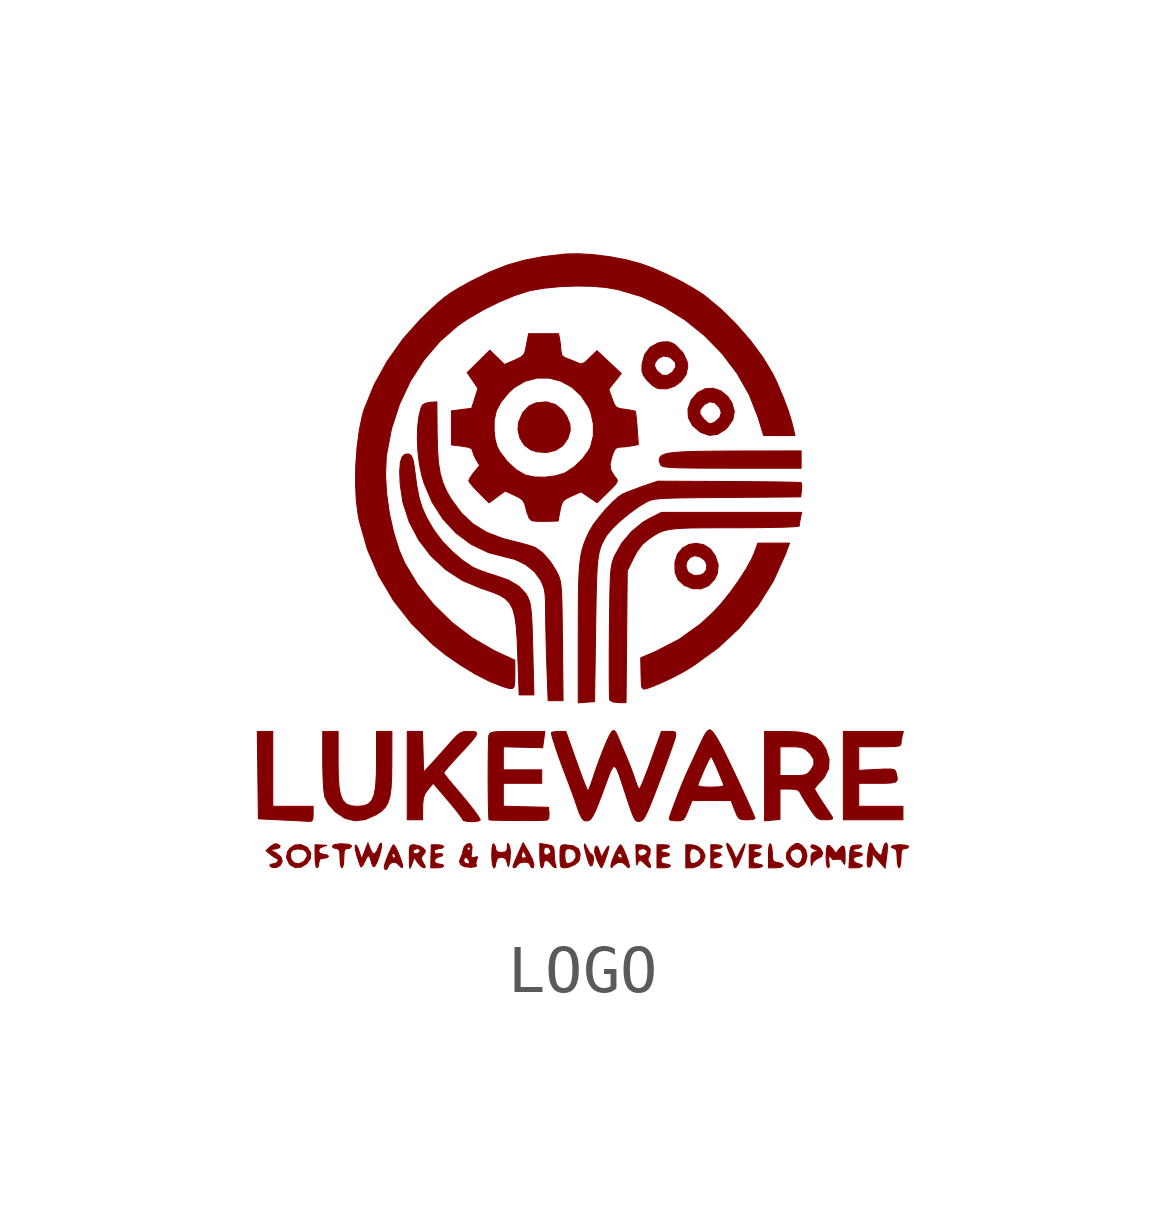
<source format=kicad_sym>
(kicad_symbol_lib
  (version 20231120)
  (generator "kicad_symbol_editor")
  (generator_version "8.0")
  (symbol "LOGO"
    (pin_names
      (offset 1.016))
    (property "Reference" "#G"
      (at 0 9.365 0)
      (effects (font (size 1.27 1.27)) (hide yes)))
    (symbol "LOGO_0_0"
      (polyline (pts (xy 0.364 -5.795) (xy 0.382 -5.756) (xy 0.398 -5.669) (xy 0.39 -5.593) (xy 0.36 -5.56) (xy 0.355 -5.559) (xy 0.311 -5.516) (xy 0.263 -5.43) (xy 0.233 -5.368) (xy 0.209 -5.343) (xy 0.207 -5.383) (xy 0.225 -5.481) (xy 0.264 -5.629) (xy 0.301 -5.742) (xy 0.336 -5.803) (xy 0.364 -5.795)) (stroke (width 0.01) (type default)) (fill (type outline)))
      (polyline (pts (xy 4.31 -5.826) (xy 4.353 -5.792) (xy 4.326 -5.754) (xy 4.227 -5.727) (xy 4.203 -5.724) (xy 4.148 -5.703) (xy 4.125 -5.65) (xy 4.12 -5.54) (xy 4.119 -5.493) (xy 4.104 -5.392) (xy 4.08 -5.34) (xy 4.061 -5.351) (xy 4.045 -5.431) (xy 4.04 -5.578) (xy 4.04 -5.84) (xy 4.203 -5.84) (xy 4.31 -5.826)) (stroke (width 0.01) (type default)) (fill (type outline)))
      (polyline (pts (xy -5.469 -4.866) (xy -5.445 -4.822) (xy -5.44 -4.72) (xy -5.44 -4.56) (xy -5.86 -4.56) (xy -6.28 -4.56) (xy -6.28 -3.78) (xy -6.28 -3) (xy -6.441 -3) (xy -6.602 -3) (xy -6.591 -3.91) (xy -6.58 -4.82) (xy -6.12 -4.842) (xy -5.956 -4.85) (xy -5.776 -4.859) (xy -5.634 -4.867) (xy -5.55 -4.872) (xy -5.528 -4.873) (xy -5.469 -4.866)) (stroke (width 0.01) (type default)) (fill (type outline)))
      (polyline (pts (xy -0.392 2.852) (xy -0.24 2.951) (xy -0.138 3.1) (xy -0.131 3.115) (xy -0.087 3.267) (xy -0.095 3.401) (xy -0.158 3.555) (xy -0.243 3.684) (xy -0.398 3.808) (xy -0.587 3.861) (xy -0.799 3.84) (xy -0.942 3.776) (xy -1.075 3.637) (xy -1.162 3.434) (xy -1.175 3.281) (xy -1.134 3.109) (xy -1.043 2.962) (xy -0.913 2.865) (xy -0.781 2.821) (xy -0.578 2.807) (xy -0.392 2.852)) (stroke (width 0.01) (type default)) (fill (type outline)))
      (polyline (pts (xy 0.568 -5.834) (xy 0.599 -5.776) (xy 0.638 -5.677) (xy 0.677 -5.563) (xy 0.707 -5.461) (xy 0.718 -5.395) (xy 0.715 -5.385) (xy 0.688 -5.406) (xy 0.641 -5.48) (xy 0.565 -5.62) (xy 0.517 -5.485) (xy 0.487 -5.412) (xy 0.46 -5.384) (xy 0.431 -5.417) (xy 0.427 -5.425) (xy 0.422 -5.518) (xy 0.467 -5.662) (xy 0.492 -5.721) (xy 0.535 -5.806) (xy 0.561 -5.84) (xy 0.568 -5.834)) (stroke (width 0.01) (type default)) (fill (type outline)))
      (polyline (pts (xy 4.948 -5.772) (xy 4.973 -5.715) (xy 5.039 -5.66) (xy 5.043 -5.659) (xy 5.145 -5.603) (xy 5.173 -5.528) (xy 5.123 -5.443) (xy 5.095 -5.418) (xy 5.014 -5.371) (xy 4.947 -5.361) (xy 4.92 -5.395) (xy 4.94 -5.424) (xy 5.01 -5.46) (xy 5.1 -5.49) (xy 5.01 -5.508) (xy 4.953 -5.53) (xy 4.928 -5.584) (xy 4.925 -5.693) (xy 4.928 -5.742) (xy 4.937 -5.792) (xy 4.948 -5.772)) (stroke (width 0.01) (type default)) (fill (type outline)))
      (polyline (pts (xy 3.369 -5.823) (xy 3.418 -5.742) (xy 3.475 -5.606) (xy 3.517 -5.485) (xy 3.55 -5.377) (xy 3.551 -5.339) (xy 3.522 -5.373) (xy 3.463 -5.479) (xy 3.369 -5.659) (xy 3.308 -5.514) (xy 3.28 -5.454) (xy 3.231 -5.373) (xy 3.19 -5.332) (xy 3.17 -5.339) (xy 3.181 -5.405) (xy 3.213 -5.494) (xy 3.265 -5.608) (xy 3.303 -5.699) (xy 3.32 -5.778) (xy 3.32 -5.789) (xy 3.335 -5.84) (xy 3.369 -5.823)) (stroke (width 0.01) (type default)) (fill (type outline)))
      (polyline (pts (xy -5.334 -5.815) (xy -5.32 -5.74) (xy -5.32 -5.721) (xy -5.296 -5.657) (xy -5.22 -5.64) (xy -5.154 -5.63) (xy -5.12 -5.6) (xy -5.145 -5.574) (xy -5.22 -5.56) (xy -5.222 -5.56) (xy -5.302 -5.536) (xy -5.326 -5.482) (xy -5.295 -5.425) (xy -5.21 -5.389) (xy -5.156 -5.378) (xy -5.165 -5.371) (xy -5.25 -5.366) (xy -5.4 -5.36) (xy -5.4 -5.6) (xy -5.396 -5.708) (xy -5.381 -5.803) (xy -5.36 -5.84) (xy -5.334 -5.815)) (stroke (width 0.01) (type default)) (fill (type outline)))
      (polyline (pts (xy 6.774 -5.827) (xy 6.793 -5.754) (xy 6.8 -5.64) (xy 6.8 -5.594) (xy 6.808 -5.495) (xy 6.832 -5.45) (xy 6.88 -5.44) (xy 6.926 -5.432) (xy 6.96 -5.4) (xy 6.952 -5.388) (xy 6.887 -5.368) (xy 6.78 -5.36) (xy 6.726 -5.362) (xy 6.636 -5.376) (xy 6.6 -5.4) (xy 6.607 -5.418) (xy 6.66 -5.44) (xy 6.691 -5.453) (xy 6.713 -5.514) (xy 6.72 -5.64) (xy 6.723 -5.712) (xy 6.737 -5.804) (xy 6.76 -5.84) (xy 6.774 -5.827)) (stroke (width 0.01) (type default)) (fill (type outline)))
      (polyline (pts (xy -6.128 -5.792) (xy -6.082 -5.704) (xy -6.11 -5.613) (xy -6.21 -5.532) (xy -6.34 -5.461) (xy -6.23 -5.448) (xy -6.225 -5.447) (xy -6.14 -5.422) (xy -6.126 -5.383) (xy -6.187 -5.343) (xy -6.248 -5.342) (xy -6.337 -5.401) (xy -6.42 -5.485) (xy -6.33 -5.559) (xy -6.256 -5.614) (xy -6.192 -5.649) (xy -6.172 -5.661) (xy -6.169 -5.701) (xy -6.213 -5.742) (xy -6.285 -5.76) (xy -6.328 -5.768) (xy -6.34 -5.8) (xy -6.293 -5.832) (xy -6.207 -5.834) (xy -6.128 -5.792)) (stroke (width 0.01) (type default)) (fill (type outline)))
      (polyline (pts (xy -4.826 -5.827) (xy -4.807 -5.754) (xy -4.8 -5.64) (xy -4.8 -5.594) (xy -4.792 -5.495) (xy -4.768 -5.45) (xy -4.72 -5.44) (xy -4.673 -5.431) (xy -4.64 -5.39) (xy -4.643 -5.379) (xy -4.703 -5.35) (xy -4.84 -5.34) (xy -4.885 -5.341) (xy -5.001 -5.356) (xy -5.04 -5.39) (xy -5.025 -5.419) (xy -4.96 -5.44) (xy -4.941 -5.441) (xy -4.902 -5.46) (xy -4.884 -5.52) (xy -4.88 -5.64) (xy -4.877 -5.712) (xy -4.863 -5.804) (xy -4.84 -5.84) (xy -4.826 -5.827)) (stroke (width 0.01) (type default)) (fill (type outline)))
      (polyline (pts (xy 4.72 2.66) (xy 4.72 2.84) (xy 3.39 2.838) (xy 3.226 2.837) (xy 2.851 2.835) (xy 2.546 2.83) (xy 2.304 2.823) (xy 2.117 2.811) (xy 1.979 2.795) (xy 1.882 2.773) (xy 1.819 2.745) (xy 1.784 2.711) (xy 1.767 2.668) (xy 1.767 2.624) (xy 1.802 2.538) (xy 1.811 2.53) (xy 1.847 2.516) (xy 1.909 2.504) (xy 2.007 2.496) (xy 2.147 2.489) (xy 2.338 2.485) (xy 2.586 2.482) (xy 2.899 2.481) (xy 3.285 2.48) (xy 4.72 2.48) (xy 4.72 2.66)) (stroke (width 0.01) (type default)) (fill (type outline)))
      (polyline (pts (xy -2.841 -5.84) (xy -2.755 -5.827) (xy -2.72 -5.8) (xy -2.746 -5.773) (xy -2.823 -5.76) (xy -2.889 -5.743) (xy -2.916 -5.695) (xy -2.888 -5.641) (xy -2.809 -5.607) (xy -2.756 -5.591) (xy -2.74 -5.561) (xy -2.767 -5.545) (xy -2.84 -5.548) (xy -2.896 -5.551) (xy -2.92 -5.505) (xy -2.902 -5.462) (xy -2.82 -5.44) (xy -2.754 -5.43) (xy -2.72 -5.4) (xy -2.72 -5.397) (xy -2.762 -5.371) (xy -2.85 -5.36) (xy -2.98 -5.361) (xy -2.986 -5.6) (xy -2.991 -5.84) (xy -2.856 -5.84) (xy -2.841 -5.84)) (stroke (width 0.01) (type default)) (fill (type outline)))
      (polyline (pts (xy 1.878 -5.84) (xy 1.965 -5.826) (xy 2 -5.8) (xy 1.975 -5.774) (xy 1.9 -5.76) (xy 1.823 -5.743) (xy 1.8 -5.68) (xy 1.823 -5.618) (xy 1.902 -5.6) (xy 1.966 -5.59) (xy 1.98 -5.56) (xy 1.954 -5.538) (xy 1.878 -5.52) (xy 1.833 -5.513) (xy 1.8 -5.48) (xy 1.814 -5.457) (xy 1.878 -5.44) (xy 1.923 -5.434) (xy 1.98 -5.4) (xy 1.982 -5.394) (xy 1.953 -5.369) (xy 1.862 -5.36) (xy 1.72 -5.36) (xy 1.72 -5.6) (xy 1.72 -5.84) (xy 1.86 -5.84) (xy 1.878 -5.84)) (stroke (width 0.01) (type default)) (fill (type outline)))
      (polyline (pts (xy 2.474 -5.838) (xy 2.594 -5.792) (xy 2.684 -5.706) (xy 2.72 -5.6) (xy 2.717 -5.571) (xy 2.664 -5.468) (xy 2.563 -5.391) (xy 2.44 -5.36) (xy 2.32 -5.36) (xy 2.32 -5.6) (xy 2.4 -5.6) (xy 2.403 -5.52) (xy 2.424 -5.457) (xy 2.472 -5.44) (xy 2.501 -5.442) (xy 2.588 -5.485) (xy 2.633 -5.563) (xy 2.627 -5.649) (xy 2.563 -5.718) (xy 2.528 -5.736) (xy 2.449 -5.755) (xy 2.41 -5.713) (xy 2.4 -5.6) (xy 2.32 -5.6) (xy 2.32 -5.84) (xy 2.44 -5.84) (xy 2.474 -5.838)) (stroke (width 0.01) (type default)) (fill (type outline)))
      (polyline (pts (xy 2.961 -5.84) (xy 3.045 -5.828) (xy 3.08 -5.8) (xy 3.054 -5.773) (xy 2.977 -5.76) (xy 2.911 -5.743) (xy 2.884 -5.695) (xy 2.912 -5.641) (xy 2.991 -5.607) (xy 3.017 -5.601) (xy 3.058 -5.571) (xy 3.035 -5.536) (xy 2.958 -5.52) (xy 2.913 -5.513) (xy 2.88 -5.48) (xy 2.905 -5.454) (xy 2.98 -5.44) (xy 3.046 -5.43) (xy 3.08 -5.4) (xy 3.08 -5.399) (xy 3.044 -5.372) (xy 2.96 -5.36) (xy 2.84 -5.36) (xy 2.84 -5.6) (xy 2.84 -5.84) (xy 2.96 -5.84) (xy 2.961 -5.84)) (stroke (width 0.01) (type default)) (fill (type outline)))
      (polyline (pts (xy 3.798 -5.84) (xy 3.885 -5.826) (xy 3.92 -5.8) (xy 3.895 -5.774) (xy 3.82 -5.76) (xy 3.743 -5.743) (xy 3.72 -5.68) (xy 3.733 -5.628) (xy 3.8 -5.6) (xy 3.846 -5.592) (xy 3.88 -5.56) (xy 3.865 -5.537) (xy 3.8 -5.52) (xy 3.753 -5.512) (xy 3.72 -5.48) (xy 3.734 -5.457) (xy 3.798 -5.44) (xy 3.844 -5.434) (xy 3.9 -5.4) (xy 3.902 -5.394) (xy 3.873 -5.369) (xy 3.782 -5.36) (xy 3.64 -5.36) (xy 3.64 -5.6) (xy 3.64 -5.84) (xy 3.78 -5.84) (xy 3.798 -5.84)) (stroke (width 0.01) (type default)) (fill (type outline)))
      (polyline (pts (xy 5.938 -5.833) (xy 5.994 -5.808) (xy 5.987 -5.777) (xy 5.91 -5.753) (xy 5.841 -5.727) (xy 5.805 -5.674) (xy 5.823 -5.623) (xy 5.897 -5.6) (xy 5.966 -5.59) (xy 6 -5.56) (xy 5.975 -5.534) (xy 5.9 -5.52) (xy 5.834 -5.51) (xy 5.8 -5.48) (xy 5.814 -5.457) (xy 5.878 -5.44) (xy 5.924 -5.433) (xy 5.982 -5.397) (xy 5.983 -5.394) (xy 5.965 -5.368) (xy 5.874 -5.367) (xy 5.861 -5.368) (xy 5.791 -5.38) (xy 5.754 -5.411) (xy 5.737 -5.481) (xy 5.728 -5.61) (xy 5.716 -5.84) (xy 5.858 -5.84) (xy 5.938 -5.833)) (stroke (width 0.01) (type default)) (fill (type outline)))
      (polyline (pts (xy -5.692 -5.825) (xy -5.573 -5.753) (xy -5.497 -5.645) (xy -5.49 -5.528) (xy -5.559 -5.421) (xy -5.572 -5.41) (xy -5.694 -5.356) (xy -5.822 -5.366) (xy -5.928 -5.439) (xy -5.975 -5.511) (xy -5.982 -5.552) (xy -5.913 -5.552) (xy -5.906 -5.521) (xy -5.863 -5.469) (xy -5.764 -5.447) (xy -5.647 -5.459) (xy -5.574 -5.515) (xy -5.563 -5.6) (xy -5.623 -5.697) (xy -5.637 -5.71) (xy -5.738 -5.757) (xy -5.833 -5.738) (xy -5.899 -5.666) (xy -5.913 -5.552) (xy -5.982 -5.552) (xy -5.994 -5.627) (xy -5.938 -5.751) (xy -5.917 -5.776) (xy -5.815 -5.833) (xy -5.692 -5.825)) (stroke (width 0.01) (type default)) (fill (type outline)))
      (polyline (pts (xy 4.767 -5.774) (xy 4.812 -5.715) (xy 4.842 -5.593) (xy 4.817 -5.469) (xy 4.738 -5.375) (xy 4.664 -5.333) (xy 4.606 -5.336) (xy 4.528 -5.388) (xy 4.496 -5.414) (xy 4.42 -5.527) (xy 4.418 -5.563) (xy 4.486 -5.563) (xy 4.516 -5.486) (xy 4.609 -5.447) (xy 4.637 -5.445) (xy 4.708 -5.463) (xy 4.743 -5.538) (xy 4.75 -5.612) (xy 4.72 -5.7) (xy 4.67 -5.748) (xy 4.615 -5.748) (xy 4.543 -5.683) (xy 4.523 -5.659) (xy 4.486 -5.563) (xy 4.418 -5.563) (xy 4.415 -5.646) (xy 4.485 -5.756) (xy 4.568 -5.818) (xy 4.667 -5.833) (xy 4.767 -5.774)) (stroke (width 0.01) (type default)) (fill (type outline)))
      (polyline (pts (xy 5.308 -5.811) (xy 5.3 -5.72) (xy 5.292 -5.634) (xy 5.317 -5.6) (xy 5.33 -5.602) (xy 5.36 -5.644) (xy 5.382 -5.669) (xy 5.461 -5.663) (xy 5.478 -5.659) (xy 5.553 -5.664) (xy 5.598 -5.729) (xy 5.605 -5.745) (xy 5.624 -5.769) (xy 5.633 -5.729) (xy 5.637 -5.617) (xy 5.633 -5.479) (xy 5.613 -5.397) (xy 5.574 -5.388) (xy 5.513 -5.448) (xy 5.443 -5.54) (xy 5.379 -5.45) (xy 5.375 -5.444) (xy 5.312 -5.375) (xy 5.27 -5.376) (xy 5.247 -5.45) (xy 5.24 -5.6) (xy 5.243 -5.699) (xy 5.258 -5.803) (xy 5.283 -5.84) (xy 5.308 -5.811)) (stroke (width 0.01) (type default)) (fill (type outline)))
      (polyline (pts (xy 6.494 -5.659) (xy 6.509 -5.538) (xy 6.518 -5.409) (xy 6.51 -5.34) (xy 6.484 -5.32) (xy 6.479 -5.322) (xy 6.448 -5.37) (xy 6.422 -5.464) (xy 6.417 -5.49) (xy 6.397 -5.566) (xy 6.37 -5.579) (xy 6.318 -5.539) (xy 6.266 -5.48) (xy 6.218 -5.395) (xy 6.199 -5.353) (xy 6.163 -5.32) (xy 6.148 -5.34) (xy 6.128 -5.417) (xy 6.111 -5.529) (xy 6.099 -5.649) (xy 6.096 -5.751) (xy 6.105 -5.808) (xy 6.116 -5.822) (xy 6.155 -5.823) (xy 6.187 -5.766) (xy 6.202 -5.668) (xy 6.203 -5.54) (xy 6.335 -5.695) (xy 6.468 -5.849) (xy 6.494 -5.659)) (stroke (width 0.01) (type default)) (fill (type outline)))
      (polyline (pts (xy -1.223 -5.828) (xy -1.186 -5.78) (xy -1.139 -5.739) (xy -1.041 -5.72) (xy -0.955 -5.732) (xy -0.92 -5.78) (xy -0.915 -5.808) (xy -0.88 -5.84) (xy -0.854 -5.83) (xy -0.843 -5.768) (xy -0.878 -5.657) (xy -0.954 -5.508) (xy -1.067 -5.316) (xy -1.174 -5.553) (xy -1.184 -5.577) (xy -1.104 -5.577) (xy -1.093 -5.544) (xy -1.079 -5.487) (xy -1.073 -5.481) (xy -1.046 -5.511) (xy -1.016 -5.564) (xy -1.001 -5.61) (xy -1.009 -5.625) (xy -1.064 -5.64) (xy -1.101 -5.63) (xy -1.104 -5.577) (xy -1.184 -5.577) (xy -1.225 -5.67) (xy -1.265 -5.768) (xy -1.28 -5.815) (xy -1.265 -5.84) (xy -1.223 -5.828)) (stroke (width 0.01) (type default)) (fill (type outline)))
      (polyline (pts (xy -1.651 -5.822) (xy -1.633 -5.73) (xy -1.629 -5.706) (xy -1.597 -5.638) (xy -1.52 -5.62) (xy -1.493 -5.621) (xy -1.429 -5.652) (xy -1.397 -5.74) (xy -1.387 -5.786) (xy -1.375 -5.814) (xy -1.361 -5.777) (xy -1.342 -5.667) (xy -1.341 -5.659) (xy -1.33 -5.5) (xy -1.352 -5.387) (xy -1.379 -5.336) (xy -1.393 -5.336) (xy -1.397 -5.41) (xy -1.402 -5.462) (xy -1.434 -5.509) (xy -1.52 -5.52) (xy -1.547 -5.519) (xy -1.62 -5.499) (xy -1.64 -5.442) (xy -1.646 -5.396) (xy -1.68 -5.34) (xy -1.699 -5.351) (xy -1.715 -5.431) (xy -1.72 -5.578) (xy -1.714 -5.708) (xy -1.697 -5.803) (xy -1.675 -5.843) (xy -1.651 -5.822)) (stroke (width 0.01) (type default)) (fill (type outline)))
      (polyline (pts (xy -0.113 -5.825) (xy 0.007 -5.774) (xy 0.089 -5.704) (xy 0.109 -5.647) (xy 0.119 -5.549) (xy 0.119 -5.542) (xy 0.081 -5.443) (xy -0.025 -5.381) (xy -0.193 -5.36) (xy -0.202 -5.36) (xy -0.258 -5.366) (xy -0.287 -5.395) (xy -0.298 -5.467) (xy -0.3 -5.6) (xy -0.2 -5.6) (xy -0.2 -5.587) (xy -0.193 -5.49) (xy -0.165 -5.449) (xy -0.101 -5.44) (xy -0.022 -5.466) (xy 0.029 -5.538) (xy 0.032 -5.628) (xy -0.022 -5.706) (xy -0.061 -5.732) (xy -0.142 -5.759) (xy -0.186 -5.716) (xy -0.2 -5.6) (xy -0.3 -5.6) (xy -0.298 -5.729) (xy -0.287 -5.803) (xy -0.259 -5.834) (xy -0.207 -5.84) (xy -0.113 -5.825)) (stroke (width 0.01) (type default)) (fill (type outline)))
      (polyline (pts (xy 0.816 -5.79) (xy 0.822 -5.782) (xy 0.908 -5.728) (xy 1.003 -5.731) (xy 1.075 -5.79) (xy 1.103 -5.825) (xy 1.142 -5.832) (xy 1.143 -5.794) (xy 1.12 -5.705) (xy 1.08 -5.592) (xy 1.034 -5.48) (xy 0.991 -5.394) (xy 0.961 -5.36) (xy 0.953 -5.363) (xy 0.914 -5.414) (xy 0.864 -5.508) (xy 0.829 -5.587) (xy 0.897 -5.587) (xy 0.914 -5.544) (xy 0.92 -5.541) (xy 0.974 -5.549) (xy 1 -5.607) (xy 0.999 -5.613) (xy 0.962 -5.64) (xy 0.929 -5.63) (xy 0.897 -5.587) (xy 0.829 -5.587) (xy 0.814 -5.619) (xy 0.776 -5.722) (xy 0.761 -5.791) (xy 0.762 -5.82) (xy 0.775 -5.838) (xy 0.816 -5.79)) (stroke (width 0.01) (type default)) (fill (type outline)))
      (polyline (pts (xy 1.511 -2.106) (xy 1.637 -2.061) (xy 1.798 -1.993) (xy 1.977 -1.911) (xy 2.154 -1.822) (xy 2.311 -1.735) (xy 2.482 -1.629) (xy 2.993 -1.259) (xy 3.44 -0.842) (xy 3.822 -0.38) (xy 4.138 0.124) (xy 4.385 0.669) (xy 4.479 0.92) (xy 4.149 0.92) (xy 3.819 0.92) (xy 3.751 0.73) (xy 3.691 0.592) (xy 3.572 0.377) (xy 3.419 0.139) (xy 3.245 -0.103) (xy 3.063 -0.33) (xy 2.885 -0.524) (xy 2.621 -0.766) (xy 2.176 -1.085) (xy 1.692 -1.335) (xy 1.381 -1.467) (xy 1.386 -1.714) (xy 1.388 -1.828) (xy 1.392 -1.958) (xy 1.395 -2.04) (xy 1.406 -2.086) (xy 1.443 -2.12) (xy 1.511 -2.106)) (stroke (width 0.01) (type default)) (fill (type outline)))
      (polyline (pts (xy -3.902 -5.865) (xy -3.869 -5.8) (xy -3.857 -5.772) (xy -3.793 -5.726) (xy -3.712 -5.731) (xy -3.645 -5.79) (xy -3.616 -5.825) (xy -3.578 -5.831) (xy -3.576 -5.794) (xy -3.6 -5.706) (xy -3.641 -5.593) (xy -3.688 -5.481) (xy -3.733 -5.395) (xy -3.765 -5.361) (xy -3.778 -5.372) (xy -3.816 -5.438) (xy -3.864 -5.54) (xy -3.879 -5.578) (xy -3.8 -5.578) (xy -3.794 -5.549) (xy -3.76 -5.54) (xy -3.749 -5.548) (xy -3.72 -5.602) (xy -3.721 -5.611) (xy -3.76 -5.64) (xy -3.779 -5.632) (xy -3.8 -5.578) (xy -3.879 -5.578) (xy -3.91 -5.656) (xy -3.946 -5.759) (xy -3.96 -5.825) (xy -3.96 -5.828) (xy -3.941 -5.876) (xy -3.902 -5.865)) (stroke (width 0.01) (type default)) (fill (type outline)))
      (polyline (pts (xy -4.404 -5.786) (xy -4.36 -5.7) (xy -4.325 -5.625) (xy -4.288 -5.584) (xy -4.257 -5.619) (xy -4.224 -5.732) (xy -4.223 -5.739) (xy -4.193 -5.811) (xy -4.157 -5.809) (xy -4.113 -5.733) (xy -4.058 -5.579) (xy -4.057 -5.575) (xy -4.024 -5.45) (xy -4.014 -5.363) (xy -4.023 -5.324) (xy -4.049 -5.344) (xy -4.09 -5.433) (xy -4.112 -5.486) (xy -4.159 -5.55) (xy -4.204 -5.535) (xy -4.252 -5.44) (xy -4.298 -5.32) (xy -4.363 -5.488) (xy -4.429 -5.655) (xy -4.478 -5.508) (xy -4.507 -5.429) (xy -4.544 -5.367) (xy -4.565 -5.373) (xy -4.563 -5.443) (xy -4.534 -5.57) (xy -4.508 -5.654) (xy -4.472 -5.761) (xy -4.449 -5.818) (xy -4.439 -5.822) (xy -4.404 -5.786)) (stroke (width 0.01) (type default)) (fill (type outline)))
      (polyline (pts (xy -0.38 -5.834) (xy -0.387 -5.79) (xy -0.396 -5.771) (xy -0.413 -5.681) (xy -0.42 -5.561) (xy -0.421 -5.487) (xy -0.434 -5.412) (xy -0.478 -5.377) (xy -0.57 -5.357) (xy -0.72 -5.332) (xy -0.72 -5.493) (xy -0.64 -5.493) (xy -0.625 -5.42) (xy -0.571 -5.407) (xy -0.534 -5.423) (xy -0.489 -5.485) (xy -0.496 -5.527) (xy -0.558 -5.571) (xy -0.578 -5.575) (xy -0.628 -5.564) (xy -0.64 -5.493) (xy -0.72 -5.493) (xy -0.72 -5.586) (xy -0.715 -5.707) (xy -0.701 -5.803) (xy -0.68 -5.84) (xy -0.657 -5.825) (xy -0.64 -5.76) (xy -0.631 -5.713) (xy -0.59 -5.68) (xy -0.548 -5.697) (xy -0.489 -5.76) (xy -0.449 -5.81) (xy -0.397 -5.84) (xy -0.38 -5.834)) (stroke (width 0.01) (type default)) (fill (type outline)))
      (polyline (pts (xy 1.589 -5.802) (xy 1.56 -5.74) (xy 1.548 -5.725) (xy 1.528 -5.663) (xy 1.56 -5.58) (xy 1.573 -5.55) (xy 1.579 -5.452) (xy 1.517 -5.385) (xy 1.395 -5.36) (xy 1.28 -5.36) (xy 1.284 -5.522) (xy 1.318 -5.522) (xy 1.341 -5.465) (xy 1.42 -5.44) (xy 1.443 -5.441) (xy 1.508 -5.474) (xy 1.515 -5.528) (xy 1.457 -5.576) (xy 1.417 -5.59) (xy 1.377 -5.597) (xy 1.347 -5.573) (xy 1.318 -5.522) (xy 1.284 -5.522) (xy 1.285 -5.61) (xy 1.286 -5.612) (xy 1.291 -5.725) (xy 1.299 -5.781) (xy 1.308 -5.77) (xy 1.328 -5.714) (xy 1.366 -5.68) (xy 1.414 -5.705) (xy 1.48 -5.77) (xy 1.54 -5.825) (xy 1.582 -5.831) (xy 1.589 -5.802)) (stroke (width 0.01) (type default)) (fill (type outline)))
      (polyline (pts (xy 2.797 0.037) (xy 2.92 0.169) (xy 2.977 0.291) (xy 2.994 0.465) (xy 2.935 0.653) (xy 2.829 0.8) (xy 2.691 0.887) (xy 2.536 0.917) (xy 2.383 0.892) (xy 2.247 0.814) (xy 2.144 0.688) (xy 2.092 0.515) (xy 2.094 0.439) (xy 2.322 0.439) (xy 2.344 0.54) (xy 2.407 0.62) (xy 2.499 0.659) (xy 2.607 0.637) (xy 2.673 0.596) (xy 2.729 0.544) (xy 2.758 0.457) (xy 2.743 0.353) (xy 2.683 0.281) (xy 2.625 0.257) (xy 2.492 0.246) (xy 2.383 0.303) (xy 2.355 0.336) (xy 2.322 0.439) (xy 2.094 0.439) (xy 2.096 0.313) (xy 2.16 0.156) (xy 2.289 0.04) (xy 2.463 -0.029) (xy 2.64 -0.031) (xy 2.797 0.037)) (stroke (width 0.01) (type default)) (fill (type outline)))
      (polyline (pts (xy -3.41 -5.831) (xy -3.384 -5.761) (xy -3.334 -5.622) (xy -3.262 -5.731) (xy -3.26 -5.735) (xy -3.194 -5.809) (xy -3.135 -5.84) (xy -3.113 -5.838) (xy -3.104 -5.81) (xy -3.144 -5.739) (xy -3.181 -5.677) (xy -3.187 -5.623) (xy -3.145 -5.565) (xy -3.115 -5.53) (xy -3.103 -5.482) (xy -3.153 -5.426) (xy -3.223 -5.385) (xy -3.333 -5.36) (xy -3.362 -5.36) (xy -3.406 -5.37) (xy -3.429 -5.406) (xy -3.437 -5.487) (xy -3.437 -5.503) (xy -3.36 -5.503) (xy -3.345 -5.465) (xy -3.277 -5.44) (xy -3.228 -5.45) (xy -3.21 -5.49) (xy -3.221 -5.512) (xy -3.275 -5.549) (xy -3.333 -5.547) (xy -3.36 -5.503) (xy -3.437 -5.503) (xy -3.437 -5.63) (xy -3.436 -5.701) (xy -3.433 -5.809) (xy -3.426 -5.849) (xy -3.41 -5.831)) (stroke (width 0.01) (type default)) (fill (type outline)))
      (polyline (pts (xy 2.977 3.184) (xy 3.138 3.283) (xy 3.193 3.337) (xy 3.301 3.498) (xy 3.329 3.667) (xy 3.279 3.842) (xy 3.191 3.974) (xy 3.047 4.091) (xy 2.885 4.145) (xy 2.72 4.133) (xy 2.566 4.054) (xy 2.438 3.908) (xy 2.43 3.894) (xy 2.364 3.709) (xy 2.369 3.617) (xy 2.611 3.617) (xy 2.618 3.702) (xy 2.696 3.797) (xy 2.707 3.807) (xy 2.818 3.863) (xy 2.926 3.84) (xy 3.024 3.74) (xy 3.058 3.637) (xy 3.024 3.529) (xy 2.922 3.441) (xy 2.891 3.425) (xy 2.829 3.405) (xy 2.775 3.427) (xy 2.698 3.498) (xy 2.675 3.522) (xy 2.611 3.617) (xy 2.369 3.617) (xy 2.374 3.531) (xy 2.459 3.37) (xy 2.615 3.237) (xy 2.637 3.224) (xy 2.811 3.164) (xy 2.977 3.184)) (stroke (width 0.01) (type default)) (fill (type outline)))
      (polyline (pts (xy 6.84 -4.7) (xy 6.84 -4.56) (xy 6.38 -4.56) (xy 5.92 -4.56) (xy 5.92 -4.32) (xy 5.92 -4.08) (xy 6.32 -4.08) (xy 6.452 -4.08) (xy 6.597 -4.074) (xy 6.682 -4.056) (xy 6.719 -4.018) (xy 6.72 -3.954) (xy 6.696 -3.856) (xy 6.696 -3.854) (xy 6.68 -3.816) (xy 6.648 -3.793) (xy 6.585 -3.783) (xy 6.473 -3.783) (xy 6.297 -3.791) (xy 5.92 -3.811) (xy 5.92 -3.565) (xy 5.92 -3.32) (xy 6.36 -3.32) (xy 6.379 -3.32) (xy 6.566 -3.318) (xy 6.689 -3.313) (xy 6.76 -3.301) (xy 6.792 -3.281) (xy 6.801 -3.25) (xy 6.805 -3.194) (xy 6.825 -3.09) (xy 6.849 -3) (xy 6.225 -3) (xy 5.6 -3) (xy 5.6 -3.92) (xy 5.6 -4.84) (xy 6.22 -4.84) (xy 6.84 -4.84) (xy 6.84 -4.7)) (stroke (width 0.01) (type default)) (fill (type outline)))
      (polyline (pts (xy 2.088 4.188) (xy 2.227 4.291) (xy 2.324 4.429) (xy 2.36 4.59) (xy 2.348 4.696) (xy 2.265 4.878) (xy 2.107 5.042) (xy 2.062 5.074) (xy 1.961 5.112) (xy 1.831 5.108) (xy 1.738 5.087) (xy 1.575 4.996) (xy 1.463 4.848) (xy 1.41 4.652) (xy 1.408 4.631) (xy 1.408 4.609) (xy 1.666 4.609) (xy 1.682 4.683) (xy 1.747 4.766) (xy 1.855 4.817) (xy 1.97 4.795) (xy 2.016 4.769) (xy 2.103 4.682) (xy 2.111 4.586) (xy 2.04 4.48) (xy 1.934 4.411) (xy 1.826 4.418) (xy 1.724 4.504) (xy 1.709 4.524) (xy 1.666 4.609) (xy 1.408 4.609) (xy 1.406 4.508) (xy 1.434 4.419) (xy 1.502 4.324) (xy 1.526 4.297) (xy 1.618 4.21) (xy 1.697 4.157) (xy 1.759 4.136) (xy 1.926 4.133) (xy 2.088 4.188)) (stroke (width 0.01) (type default)) (fill (type outline)))
      (polyline (pts (xy -4.356 -4.836) (xy -4.126 -4.734) (xy -4.027 -4.669) (xy -3.944 -4.589) (xy -3.883 -4.489) (xy -3.842 -4.357) (xy -3.817 -4.181) (xy -3.805 -3.95) (xy -3.801 -3.65) (xy -3.8 -3) (xy -3.96 -3) (xy -4.12 -3) (xy -4.12 -3.622) (xy -4.124 -3.916) (xy -4.14 -4.15) (xy -4.17 -4.321) (xy -4.22 -4.439) (xy -4.292 -4.512) (xy -4.391 -4.549) (xy -4.52 -4.56) (xy -4.646 -4.55) (xy -4.745 -4.514) (xy -4.818 -4.441) (xy -4.868 -4.325) (xy -4.9 -4.156) (xy -4.916 -3.924) (xy -4.92 -3.622) (xy -4.92 -3) (xy -5.08 -3) (xy -5.24 -3) (xy -5.24 -3.614) (xy -5.24 -3.679) (xy -5.235 -3.913) (xy -5.226 -4.116) (xy -5.212 -4.272) (xy -5.195 -4.364) (xy -5.128 -4.503) (xy -4.978 -4.676) (xy -4.78 -4.806) (xy -4.77 -4.811) (xy -4.57 -4.861) (xy -4.356 -4.836)) (stroke (width 0.01) (type default)) (fill (type outline)))
      (polyline (pts (xy -2.125 -5.827) (xy -2.046 -5.812) (xy -2.039 -5.785) (xy -2.054 -5.754) (xy -2.035 -5.67) (xy -2.02 -5.641) (xy -2.019 -5.608) (xy -2.079 -5.62) (xy -2.083 -5.621) (xy -2.136 -5.63) (xy -2.152 -5.599) (xy -2.139 -5.508) (xy -2.131 -5.402) (xy -2.158 -5.341) (xy -2.168 -5.336) (xy -2.235 -5.345) (xy -2.294 -5.402) (xy -2.306 -5.44) (xy -2.24 -5.44) (xy -2.239 -5.43) (xy -2.2 -5.4) (xy -2.191 -5.401) (xy -2.16 -5.44) (xy -2.161 -5.449) (xy -2.2 -5.48) (xy -2.21 -5.479) (xy -2.24 -5.44) (xy -2.306 -5.44) (xy -2.32 -5.485) (xy -2.328 -5.541) (xy -2.368 -5.637) (xy -2.39 -5.694) (xy -2.309 -5.694) (xy -2.288 -5.632) (xy -2.251 -5.62) (xy -2.202 -5.676) (xy -2.193 -5.693) (xy -2.179 -5.747) (xy -2.216 -5.76) (xy -2.27 -5.746) (xy -2.309 -5.694) (xy -2.39 -5.694) (xy -2.395 -5.707) (xy -2.365 -5.774) (xy -2.29 -5.816) (xy -2.158 -5.829) (xy -2.125 -5.827)) (stroke (width 0.01) (type default)) (fill (type outline)))
      (polyline (pts (xy -0.945 -4.856) (xy -0.777 -4.855) (xy -0.645 -4.851) (xy -0.568 -4.846) (xy -0.533 -4.812) (xy -0.527 -4.71) (xy -0.54 -4.58) (xy -1.01 -4.569) (xy -1.48 -4.557) (xy -1.48 -4.319) (xy -1.48 -4.08) (xy -1.08 -4.08) (xy -0.68 -4.08) (xy -0.68 -3.94) (xy -0.68 -3.8) (xy -1.08 -3.8) (xy -1.48 -3.8) (xy -1.48 -3.56) (xy -1.48 -3.32) (xy -1.071 -3.33) (xy -0.661 -3.34) (xy -0.638 -3.17) (xy -0.615 -3) (xy -1.185 -3) (xy -1.216 -3) (xy -1.431 -3.001) (xy -1.582 -3.004) (xy -1.679 -3.012) (xy -1.736 -3.027) (xy -1.765 -3.049) (xy -1.78 -3.08) (xy -1.786 -3.131) (xy -1.79 -3.248) (xy -1.793 -3.416) (xy -1.795 -3.62) (xy -1.796 -3.846) (xy -1.796 -4.079) (xy -1.794 -4.304) (xy -1.792 -4.507) (xy -1.788 -4.674) (xy -1.783 -4.79) (xy -1.778 -4.84) (xy -1.744 -4.845) (xy -1.646 -4.85) (xy -1.5 -4.853) (xy -1.323 -4.855) (xy -1.133 -4.856) (xy -0.945 -4.856)) (stroke (width 0.01) (type default)) (fill (type outline)))
      (polyline (pts (xy -0.866 -1.31) (xy -0.866 -1.306) (xy -0.874 -1.001) (xy -0.882 -0.765) (xy -0.892 -0.585) (xy -0.905 -0.452) (xy -0.92 -0.353) (xy -0.94 -0.278) (xy -0.966 -0.214) (xy -1.015 -0.128) (xy -1.158 0.024) (xy -1.366 0.147) (xy -1.644 0.246) (xy -1.649 0.247) (xy -1.816 0.299) (xy -1.974 0.356) (xy -2.087 0.404) (xy -2.122 0.422) (xy -2.327 0.56) (xy -2.542 0.743) (xy -2.74 0.948) (xy -2.9 1.155) (xy -2.972 1.268) (xy -3.086 1.469) (xy -3.171 1.663) (xy -3.234 1.87) (xy -3.281 2.115) (xy -3.322 2.417) (xy -3.333 2.509) (xy -3.361 2.658) (xy -3.398 2.743) (xy -3.45 2.777) (xy -3.523 2.771) (xy -3.586 2.719) (xy -3.624 2.599) (xy -3.638 2.408) (xy -3.627 2.144) (xy -3.57 1.767) (xy -3.438 1.361) (xy -3.242 0.988) (xy -2.987 0.654) (xy -2.68 0.369) (xy -2.328 0.14) (xy -1.936 -0.024) (xy -1.731 -0.091) (xy -1.569 -0.157) (xy -1.444 -0.232) (xy -1.351 -0.325) (xy -1.285 -0.448) (xy -1.24 -0.609) (xy -1.211 -0.82) (xy -1.192 -1.09) (xy -1.179 -1.43) (xy -1.15 -2.24) (xy -0.996 -2.24) (xy -0.843 -2.24) (xy -0.866 -1.31)) (stroke (width 0.01) (type default)) (fill (type outline)))
      (polyline (pts (xy 1.088 -1.029) (xy 1.1 0.342) (xy 1.232 0.611) (xy 1.309 0.752) (xy 1.415 0.894) (xy 1.543 1.002) (xy 1.591 1.035) (xy 1.676 1.091) (xy 1.755 1.136) (xy 1.839 1.17) (xy 1.937 1.196) (xy 2.057 1.215) (xy 2.21 1.227) (xy 2.406 1.235) (xy 2.652 1.238) (xy 2.96 1.24) (xy 3.339 1.24) (xy 3.57 1.241) (xy 3.871 1.243) (xy 4.138 1.247) (xy 4.361 1.252) (xy 4.532 1.259) (xy 4.641 1.267) (xy 4.68 1.275) (xy 4.68 1.275) (xy 4.687 1.337) (xy 4.705 1.435) (xy 4.73 1.56) (xy 3.271 1.56) (xy 1.813 1.56) (xy 1.569 1.438) (xy 1.431 1.358) (xy 1.189 1.16) (xy 0.984 0.918) (xy 0.838 0.655) (xy 0.816 0.6) (xy 0.794 0.537) (xy 0.777 0.469) (xy 0.764 0.387) (xy 0.753 0.281) (xy 0.746 0.141) (xy 0.74 -0.04) (xy 0.736 -0.274) (xy 0.732 -0.569) (xy 0.728 -0.935) (xy 0.726 -1.173) (xy 0.725 -1.479) (xy 0.725 -1.754) (xy 0.726 -1.988) (xy 0.728 -2.171) (xy 0.732 -2.293) (xy 0.736 -2.345) (xy 0.738 -2.348) (xy 0.798 -2.386) (xy 0.916 -2.4) (xy 1.075 -2.4) (xy 1.088 -1.029)) (stroke (width 0.01) (type default)) (fill (type outline)))
      (polyline (pts (xy -2.086 -4.878) (xy -1.996 -4.865) (xy -1.96 -4.843) (xy -1.963 -4.833) (xy -2.003 -4.764) (xy -2.085 -4.65) (xy -2.202 -4.5) (xy -2.346 -4.325) (xy -2.507 -4.136) (xy -2.537 -4.101) (xy -2.63 -3.989) (xy -2.696 -3.904) (xy -2.72 -3.862) (xy -2.695 -3.824) (xy -2.626 -3.74) (xy -2.522 -3.623) (xy -2.396 -3.486) (xy -2.249 -3.328) (xy -2.129 -3.194) (xy -2.057 -3.102) (xy -2.031 -3.045) (xy -2.047 -3.015) (xy -2.1 -3.002) (xy -2.189 -3) (xy -2.234 -3) (xy -2.31 -3.007) (xy -2.374 -3.03) (xy -2.441 -3.081) (xy -2.529 -3.171) (xy -2.652 -3.31) (xy -2.725 -3.393) (xy -2.851 -3.534) (xy -2.959 -3.654) (xy -3.032 -3.733) (xy -3.14 -3.847) (xy -3.151 -3.423) (xy -3.163 -3) (xy -3.321 -3) (xy -3.48 -3) (xy -3.48 -3.92) (xy -3.48 -4.84) (xy -3.32 -4.84) (xy -3.16 -4.84) (xy -3.159 -4.59) (xy -3.158 -4.518) (xy -3.145 -4.391) (xy -3.112 -4.298) (xy -3.049 -4.209) (xy -2.94 -4.078) (xy -2.63 -4.441) (xy -2.511 -4.583) (xy -2.412 -4.708) (xy -2.345 -4.798) (xy -2.32 -4.842) (xy -2.312 -4.853) (xy -2.247 -4.872) (xy -2.14 -4.88) (xy -2.086 -4.878)) (stroke (width 0.01) (type default)) (fill (type outline)))
      (polyline (pts (xy 4.12 -4.847) (xy 4.28 -4.832) (xy 4.28 -4.516) (xy 4.28 -4.2) (xy 4.476 -4.2) (xy 4.575 -4.204) (xy 4.659 -4.225) (xy 4.698 -4.27) (xy 4.699 -4.274) (xy 4.737 -4.345) (xy 4.805 -4.458) (xy 4.89 -4.59) (xy 4.945 -4.673) (xy 5.016 -4.767) (xy 5.073 -4.817) (xy 5.138 -4.837) (xy 5.23 -4.84) (xy 5.308 -4.838) (xy 5.372 -4.822) (xy 5.374 -4.79) (xy 5.371 -4.785) (xy 5.329 -4.72) (xy 5.258 -4.612) (xy 5.172 -4.482) (xy 5.154 -4.455) (xy 5.076 -4.334) (xy 5.021 -4.241) (xy 5 -4.197) (xy 5.007 -4.18) (xy 5.056 -4.118) (xy 5.135 -4.033) (xy 5.204 -3.953) (xy 5.293 -3.773) (xy 5.302 -3.579) (xy 5.234 -3.369) (xy 5.226 -3.354) (xy 5.133 -3.212) (xy 5.014 -3.111) (xy 4.856 -3.046) (xy 4.646 -3.01) (xy 4.372 -3) (xy 3.96 -3) (xy 3.96 -3.62) (xy 4.28 -3.62) (xy 4.28 -3.32) (xy 4.523 -3.32) (xy 4.62 -3.321) (xy 4.729 -3.335) (xy 4.806 -3.37) (xy 4.883 -3.437) (xy 4.907 -3.462) (xy 4.984 -3.579) (xy 4.987 -3.691) (xy 4.917 -3.815) (xy 4.914 -3.818) (xy 4.862 -3.873) (xy 4.801 -3.904) (xy 4.707 -3.917) (xy 4.557 -3.92) (xy 4.28 -3.92) (xy 4.28 -3.62) (xy 3.96 -3.62) (xy 3.96 -3.931) (xy 3.96 -4.862) (xy 4.12 -4.847)) (stroke (width 0.01) (type default)) (fill (type outline)))
      (polyline (pts (xy -0.248 -1.13) (xy -0.249 -1.039) (xy -0.253 -0.71) (xy -0.257 -0.448) (xy -0.262 -0.245) (xy -0.269 -0.091) (xy -0.278 0.025) (xy -0.29 0.111) (xy -0.306 0.178) (xy -0.327 0.235) (xy -0.353 0.291) (xy -0.385 0.354) (xy -0.513 0.552) (xy -0.659 0.715) (xy -0.805 0.823) (xy -0.837 0.837) (xy -0.953 0.876) (xy -1.112 0.921) (xy -1.289 0.965) (xy -1.491 1.017) (xy -1.827 1.145) (xy -2.109 1.318) (xy -2.35 1.544) (xy -2.565 1.834) (xy -2.658 1.995) (xy -2.737 2.174) (xy -2.793 2.368) (xy -2.83 2.592) (xy -2.85 2.865) (xy -2.858 3.2) (xy -2.863 3.86) (xy -2.997 3.854) (xy -3.004 3.853) (xy -3.104 3.832) (xy -3.164 3.794) (xy -3.194 3.732) (xy -3.237 3.564) (xy -3.263 3.347) (xy -3.27 3.097) (xy -3.259 2.834) (xy -3.229 2.576) (xy -3.181 2.34) (xy -3.131 2.171) (xy -2.962 1.773) (xy -2.738 1.424) (xy -2.464 1.129) (xy -2.146 0.893) (xy -1.789 0.723) (xy -1.398 0.621) (xy -1.24 0.582) (xy -1.017 0.474) (xy -0.829 0.323) (xy -0.699 0.143) (xy -0.665 0.07) (xy -0.631 -0.027) (xy -0.612 -0.136) (xy -0.602 -0.28) (xy -0.6 -0.481) (xy -0.599 -0.59) (xy -0.596 -0.815) (xy -0.59 -1.081) (xy -0.583 -1.361) (xy -0.574 -1.633) (xy -0.547 -2.36) (xy -0.392 -2.36) (xy -0.236 -2.36) (xy -0.248 -1.13)) (stroke (width 0.01) (type default)) (fill (type outline)))
      (polyline (pts (xy 2.211 -4.859) (xy 2.268 -4.835) (xy 2.312 -4.771) (xy 2.363 -4.652) (xy 2.449 -4.44) (xy 2.856 -4.44) (xy 3.262 -4.44) (xy 3.34 -4.64) (xy 3.385 -4.75) (xy 3.428 -4.812) (xy 3.488 -4.836) (xy 3.589 -4.84) (xy 3.635 -4.839) (xy 3.724 -4.83) (xy 3.76 -4.813) (xy 3.758 -4.804) (xy 3.73 -4.733) (xy 3.676 -4.607) (xy 3.6 -4.439) (xy 3.509 -4.241) (xy 3.409 -4.025) (xy 3.305 -3.805) (xy 3.203 -3.592) (xy 3.108 -3.4) (xy 3.055 -3.294) (xy 2.958 -3.122) (xy 2.881 -3.01) (xy 2.829 -2.967) (xy 2.806 -2.968) (xy 2.758 -3.003) (xy 2.7 -3.092) (xy 2.625 -3.247) (xy 2.544 -3.423) (xy 2.448 -3.631) (xy 2.364 -3.812) (xy 2.314 -3.922) (xy 2.236 -4.108) (xy 2.571 -4.108) (xy 2.59 -4.061) (xy 2.65 -3.916) (xy 2.713 -3.771) (xy 2.773 -3.644) (xy 2.819 -3.554) (xy 2.843 -3.52) (xy 2.851 -3.527) (xy 2.888 -3.592) (xy 2.946 -3.718) (xy 3.021 -3.893) (xy 3.109 -4.11) (xy 3.111 -4.12) (xy 3.083 -4.143) (xy 2.996 -4.156) (xy 2.84 -4.16) (xy 2.766 -4.159) (xy 2.641 -4.152) (xy 2.58 -4.136) (xy 2.571 -4.108) (xy 2.236 -4.108) (xy 2.226 -4.133) (xy 2.132 -4.37) (xy 2.045 -4.603) (xy 1.976 -4.8) (xy 1.974 -4.829) (xy 2.013 -4.854) (xy 2.117 -4.862) (xy 2.121 -4.862) (xy 2.211 -4.859)) (stroke (width 0.01) (type default)) (fill (type outline)))
      (polyline (pts (xy 0.25 -2.392) (xy 0.42 -2.38) (xy 0.442 -0.88) (xy 0.446 -0.611) (xy 0.452 -0.255) (xy 0.459 0.035) (xy 0.467 0.269) (xy 0.478 0.454) (xy 0.493 0.601) (xy 0.513 0.717) (xy 0.538 0.812) (xy 0.569 0.895) (xy 0.609 0.974) (xy 0.656 1.058) (xy 0.685 1.1) (xy 0.798 1.232) (xy 0.954 1.381) (xy 1.134 1.531) (xy 1.317 1.666) (xy 1.486 1.769) (xy 1.51 1.781) (xy 1.556 1.802) (xy 1.606 1.819) (xy 1.67 1.833) (xy 1.755 1.843) (xy 1.87 1.851) (xy 2.023 1.857) (xy 2.223 1.862) (xy 2.478 1.865) (xy 2.796 1.868) (xy 3.186 1.871) (xy 4.712 1.883) (xy 4.728 2.024) (xy 4.73 2.042) (xy 4.732 2.135) (xy 4.72 2.18) (xy 4.719 2.181) (xy 4.671 2.184) (xy 4.552 2.188) (xy 4.371 2.192) (xy 4.138 2.195) (xy 3.862 2.198) (xy 3.551 2.201) (xy 3.215 2.203) (xy 1.735 2.21) (xy 1.417 2.101) (xy 1.378 2.087) (xy 1.219 2.029) (xy 1.085 1.977) (xy 1 1.94) (xy 0.921 1.887) (xy 0.792 1.772) (xy 0.649 1.623) (xy 0.51 1.458) (xy 0.39 1.298) (xy 0.308 1.16) (xy 0.288 1.118) (xy 0.235 1) (xy 0.192 0.887) (xy 0.157 0.769) (xy 0.131 0.638) (xy 0.111 0.483) (xy 0.097 0.296) (xy 0.088 0.066) (xy 0.083 -0.215) (xy 0.081 -0.558) (xy 0.08 -0.971) (xy 0.08 -2.405) (xy 0.25 -2.392)) (stroke (width 0.01) (type default)) (fill (type outline)))
      (polyline (pts (xy 1.356 -4.872) (xy 1.367 -4.87) (xy 1.401 -4.857) (xy 1.436 -4.826) (xy 1.474 -4.766) (xy 1.522 -4.669) (xy 1.583 -4.526) (xy 1.662 -4.326) (xy 1.764 -4.06) (xy 1.791 -3.989) (xy 1.882 -3.748) (xy 1.963 -3.528) (xy 2.029 -3.343) (xy 2.076 -3.206) (xy 2.099 -3.13) (xy 2.107 -3.089) (xy 2.109 -3.026) (xy 2.07 -3.003) (xy 1.97 -3) (xy 1.813 -3) (xy 1.597 -3.6) (xy 1.55 -3.731) (xy 1.479 -3.917) (xy 1.419 -4.066) (xy 1.375 -4.164) (xy 1.352 -4.2) (xy 1.338 -4.188) (xy 1.304 -4.119) (xy 1.265 -4.01) (xy 1.221 -3.879) (xy 1.157 -3.709) (xy 1.088 -3.54) (xy 1.088 -3.539) (xy 1.018 -3.377) (xy 0.953 -3.221) (xy 0.904 -3.105) (xy 0.863 -3.017) (xy 0.825 -2.98) (xy 0.783 -2.997) (xy 0.778 -3.003) (xy 0.735 -3.073) (xy 0.674 -3.202) (xy 0.602 -3.375) (xy 0.524 -3.577) (xy 0.445 -3.794) (xy 0.373 -4.01) (xy 0.338 -4.114) (xy 0.302 -4.205) (xy 0.28 -4.239) (xy 0.269 -4.221) (xy 0.234 -4.14) (xy 0.181 -4.004) (xy 0.115 -3.826) (xy 0.041 -3.619) (xy -0.178 -3) (xy -0.329 -3) (xy -0.357 -3.001) (xy -0.445 -3.011) (xy -0.48 -3.03) (xy -0.473 -3.069) (xy -0.443 -3.178) (xy -0.392 -3.336) (xy -0.327 -3.526) (xy -0.252 -3.733) (xy -0.173 -3.94) (xy -0.133 -4.045) (xy -0.057 -4.25) (xy 0.012 -4.441) (xy 0.061 -4.589) (xy 0.106 -4.711) (xy 0.157 -4.81) (xy 0.2 -4.855) (xy 0.233 -4.862) (xy 0.286 -4.861) (xy 0.333 -4.832) (xy 0.382 -4.766) (xy 0.439 -4.652) (xy 0.508 -4.482) (xy 0.598 -4.246) (xy 0.627 -4.167) (xy 0.702 -3.962) (xy 0.758 -3.82) (xy 0.803 -3.741) (xy 0.842 -3.729) (xy 0.883 -3.784) (xy 0.933 -3.908) (xy 0.998 -4.104) (xy 1.086 -4.372) (xy 1.089 -4.383) (xy 1.157 -4.586) (xy 1.207 -4.724) (xy 1.246 -4.811) (xy 1.279 -4.856) (xy 1.314 -4.873) (xy 1.356 -4.872)) (stroke (width 0.01) (type default)) (fill (type outline)))
      (polyline (pts (xy -1.256 -2.072) (xy -1.242 -1.979) (xy -1.24 -1.819) (xy -1.24 -1.517) (xy -1.618 -1.342) (xy -1.673 -1.316) (xy -2.125 -1.055) (xy -2.55 -0.731) (xy -2.935 -0.354) (xy -3.267 0.062) (xy -3.533 0.505) (xy -3.645 0.765) (xy -3.761 1.133) (xy -3.851 1.534) (xy -3.909 1.946) (xy -3.933 2.343) (xy -3.917 2.703) (xy -3.91 2.765) (xy -3.808 3.301) (xy -3.641 3.815) (xy -3.414 4.295) (xy -3.131 4.735) (xy -2.799 5.123) (xy -2.422 5.451) (xy -2.214 5.593) (xy -1.907 5.772) (xy -1.579 5.935) (xy -1.257 6.071) (xy -0.967 6.165) (xy -0.9 6.181) (xy -0.624 6.229) (xy -0.303 6.26) (xy 0.034 6.273) (xy 0.361 6.268) (xy 0.652 6.244) (xy 0.909 6.198) (xy 1.392 6.055) (xy 1.859 5.843) (xy 2.3 5.57) (xy 2.707 5.243) (xy 3.072 4.87) (xy 3.385 4.458) (xy 3.638 4.014) (xy 3.822 3.547) (xy 3.94 3.161) (xy 4.266 3.16) (xy 4.593 3.16) (xy 4.538 3.39) (xy 4.524 3.446) (xy 4.454 3.674) (xy 4.351 3.949) (xy 4.21 4.28) (xy 4.128 4.449) (xy 3.922 4.79) (xy 3.665 5.138) (xy 3.369 5.478) (xy 3.05 5.793) (xy 2.72 6.067) (xy 2.664 6.108) (xy 2.447 6.244) (xy 2.186 6.388) (xy 1.905 6.526) (xy 1.629 6.647) (xy 1.382 6.738) (xy 1.373 6.741) (xy 1.077 6.819) (xy 0.747 6.882) (xy 0.409 6.925) (xy 0.092 6.945) (xy -0.179 6.94) (xy -0.213 6.937) (xy -0.656 6.885) (xy -1.047 6.81) (xy -1.409 6.706) (xy -1.765 6.564) (xy -2.14 6.379) (xy -2.216 6.338) (xy -2.41 6.23) (xy -2.567 6.134) (xy -2.705 6.036) (xy -2.844 5.921) (xy -3.001 5.777) (xy -3.195 5.588) (xy -3.201 5.583) (xy -3.57 5.17) (xy -3.898 4.707) (xy -4.17 4.213) (xy -4.376 3.708) (xy -4.412 3.588) (xy -4.478 3.276) (xy -4.525 2.919) (xy -4.552 2.539) (xy -4.558 2.16) (xy -4.541 1.803) (xy -4.5 1.491) (xy -4.477 1.378) (xy -4.311 0.795) (xy -4.072 0.241) (xy -3.764 -0.278) (xy -3.39 -0.755) (xy -2.953 -1.186) (xy -2.949 -1.19) (xy -2.671 -1.412) (xy -2.367 -1.622) (xy -2.058 -1.809) (xy -1.762 -1.96) (xy -1.5 -2.064) (xy -1.5 -2.064) (xy -1.372 -2.102) (xy -1.295 -2.109) (xy -1.256 -2.072)) (stroke (width 0.01) (type default)) (fill (type outline)))
      (polyline (pts (xy -0.58 1.374) (xy -0.34 1.38) (xy -0.299 1.596) (xy -0.274 1.71) (xy -0.238 1.79) (xy -0.174 1.844) (xy -0.059 1.9) (xy 0.14 1.988) (xy 0.307 1.874) (xy 0.473 1.761) (xy 0.701 1.983) (xy 0.751 2.032) (xy 0.843 2.128) (xy 0.887 2.19) (xy 0.893 2.233) (xy 0.869 2.272) (xy 0.826 2.325) (xy 0.756 2.445) (xy 0.743 2.566) (xy 0.781 2.722) (xy 0.8 2.779) (xy 0.842 2.87) (xy 0.889 2.911) (xy 0.958 2.92) (xy 1.07 2.927) (xy 1.2 2.946) (xy 1.331 2.972) (xy 1.307 3.311) (xy 1.303 3.371) (xy 1.29 3.517) (xy 1.277 3.622) (xy 1.267 3.666) (xy 1.249 3.673) (xy 1.17 3.689) (xy 1.053 3.706) (xy 0.947 3.721) (xy 0.875 3.75) (xy 0.83 3.811) (xy 0.785 3.926) (xy 0.716 4.123) (xy 0.846 4.287) (xy 0.976 4.452) (xy 0.723 4.689) (xy 0.47 4.927) (xy 0.318 4.778) (xy 0.23 4.695) (xy 0.168 4.656) (xy 0.112 4.657) (xy 0.032 4.69) (xy 0.026 4.693) (xy -0.091 4.742) (xy -0.19 4.778) (xy -0.258 4.823) (xy -0.28 4.918) (xy -0.286 5.024) (xy -0.305 5.155) (xy -0.33 5.28) (xy -0.642 5.28) (xy -0.954 5.28) (xy -0.977 5.16) (xy -0.997 5.056) (xy -1.022 4.927) (xy -1.022 4.924) (xy -1.053 4.849) (xy -1.122 4.789) (xy -1.25 4.727) (xy -1.457 4.64) (xy -1.609 4.788) (xy -1.761 4.937) (xy -1.996 4.704) (xy -2.231 4.471) (xy -2.119 4.305) (xy -2.008 4.14) (xy -2.074 3.933) (xy -2.14 3.727) (xy -2.35 3.701) (xy -2.56 3.674) (xy -2.56 3.32) (xy -2.56 3.268) (xy -1.672 3.268) (xy -1.671 3.472) (xy -1.627 3.673) (xy -1.529 3.859) (xy -1.367 4.055) (xy -1.257 4.156) (xy -1.03 4.29) (xy -0.785 4.356) (xy -0.534 4.357) (xy -0.288 4.295) (xy -0.059 4.171) (xy 0.14 3.989) (xy 0.297 3.75) (xy 0.34 3.649) (xy 0.394 3.405) (xy 0.394 3.154) (xy 0.338 2.929) (xy 0.295 2.845) (xy 0.166 2.671) (xy -0.001 2.511) (xy -0.18 2.391) (xy -0.205 2.378) (xy -0.393 2.321) (xy -0.614 2.293) (xy -0.833 2.297) (xy -1.015 2.336) (xy -1.029 2.342) (xy -1.212 2.448) (xy -1.392 2.614) (xy -1.551 2.82) (xy -1.611 2.934) (xy -1.651 3.077) (xy -1.672 3.268) (xy -2.56 3.268) (xy -2.56 2.966) (xy -2.34 2.938) (xy -2.217 2.918) (xy -2.142 2.888) (xy -2.12 2.845) (xy -2.12 2.84) (xy -2.096 2.759) (xy -2.046 2.659) (xy -1.972 2.537) (xy -2.086 2.4) (xy -2.116 2.362) (xy -2.176 2.275) (xy -2.2 2.22) (xy -2.2 2.217) (xy -2.166 2.164) (xy -2.091 2.075) (xy -1.988 1.968) (xy -1.777 1.759) (xy -1.61 1.882) (xy -1.442 2.005) (xy -1.246 1.915) (xy -1.157 1.872) (xy -1.079 1.816) (xy -1.036 1.74) (xy -1.002 1.615) (xy -0.991 1.569) (xy -0.943 1.441) (xy -0.888 1.386) (xy -0.836 1.379) (xy -0.721 1.373) (xy -0.58 1.374)) (stroke (width 0.01) (type default)) (fill (type outline))))))
</source>
